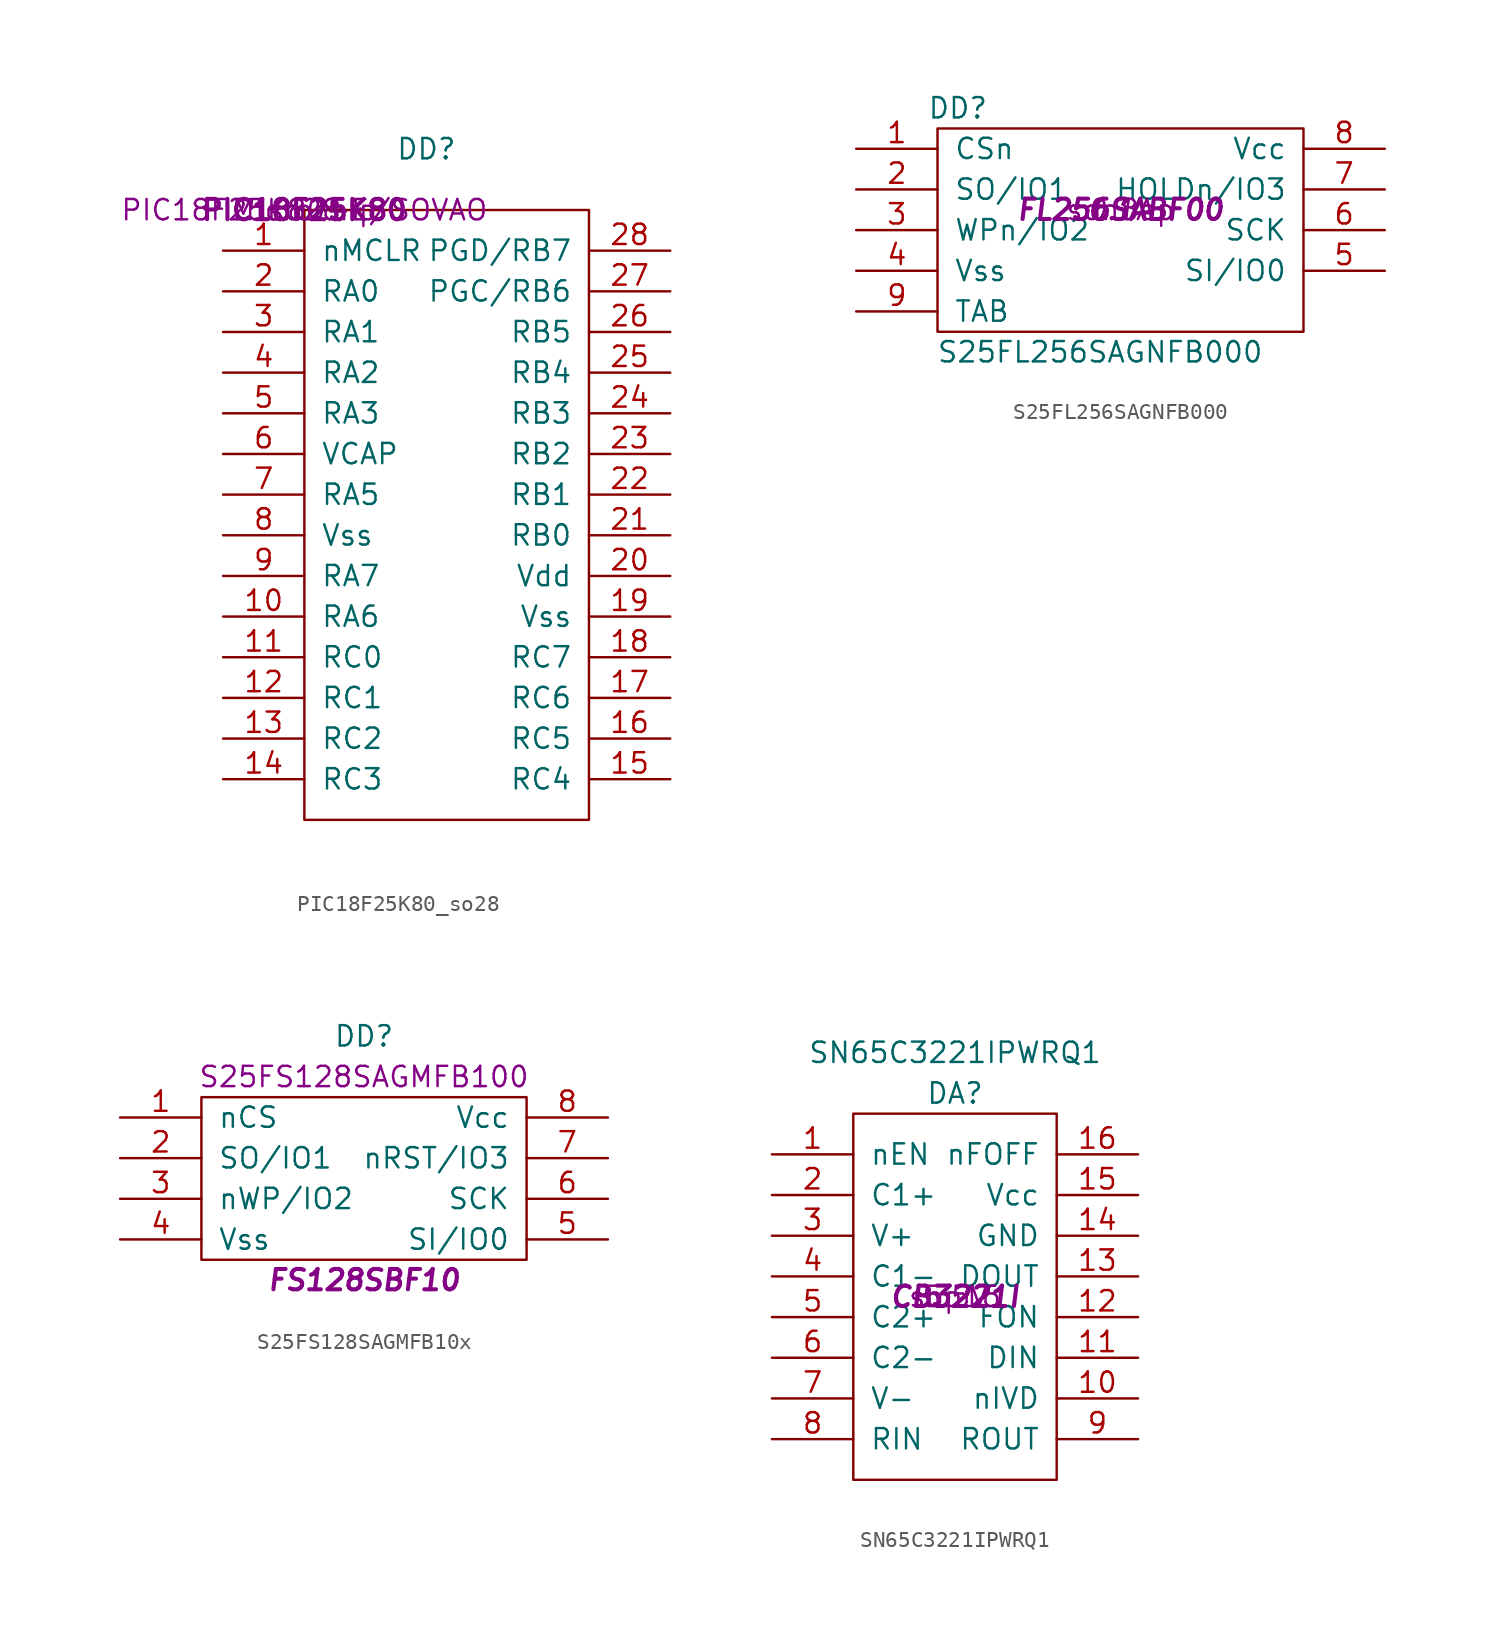
<source format=kicad_sym>
(kicad_symbol_lib
  (version 20211014)
  (generator kicad_symbol_editor)
  (symbol "PIC18F25K80_so28"
    (pin_names
      (offset 1.016))
    (property "Reference" "DD"
      (at 7.62 3.81 0)
      (effects (font (size 1.27 1.27))))
    (property "Manuf" "Microchip"
      (at 0 0 0)
      (effects (font (size 1.27 1.27))))
    (property "p/n" "PIC18F25K80-E/SOVAO"
      (at 0 0 0)
      (effects (font (size 1.27 1.27))))
    (property "Mark" "PIC18F25K80"
      (at 0 0 0)
      (effects (font (size 1.27 1.27) bold)))
    (property "Case" "so28"
      (at 0 0 0)
      (effects (font (size 1.27 1.27))))
    (symbol "PIC18F25K80_so28_0_1"
      (rectangle (start 0 0) (end 17.78 -38.1) (stroke (width 0) (type default) (color 0 0 0 0)) (fill (type none))))
    (symbol "PIC18F25K80_so28_1_1"
      (pin passive line (at -5.08 -2.54 0) (length 5.08) (name "nMCLR" (effects (font (size 1.27 1.27)))) (number "1" (effects (font (size 1.27 1.27)))))
      (pin passive line (at -5.08 -25.4 0) (length 5.08) (name "RA6" (effects (font (size 1.27 1.27)))) (number "10" (effects (font (size 1.27 1.27)))))
      (pin passive line (at -5.08 -27.94 0) (length 5.08) (name "RC0" (effects (font (size 1.27 1.27)))) (number "11" (effects (font (size 1.27 1.27)))))
      (pin passive line (at -5.08 -30.48 0) (length 5.08) (name "RC1" (effects (font (size 1.27 1.27)))) (number "12" (effects (font (size 1.27 1.27)))))
      (pin passive line (at -5.08 -33.02 0) (length 5.08) (name "RC2" (effects (font (size 1.27 1.27)))) (number "13" (effects (font (size 1.27 1.27)))))
      (pin passive line (at -5.08 -35.56 0) (length 5.08) (name "RC3" (effects (font (size 1.27 1.27)))) (number "14" (effects (font (size 1.27 1.27)))))
      (pin passive line (at 22.86 -35.56 180) (length 5.08) (name "RC4" (effects (font (size 1.27 1.27)))) (number "15" (effects (font (size 1.27 1.27)))))
      (pin passive line (at 22.86 -33.02 180) (length 5.08) (name "RC5" (effects (font (size 1.27 1.27)))) (number "16" (effects (font (size 1.27 1.27)))))
      (pin passive line (at 22.86 -30.48 180) (length 5.08) (name "RC6" (effects (font (size 1.27 1.27)))) (number "17" (effects (font (size 1.27 1.27)))))
      (pin passive line (at 22.86 -27.94 180) (length 5.08) (name "RC7" (effects (font (size 1.27 1.27)))) (number "18" (effects (font (size 1.27 1.27)))))
      (pin passive line (at 22.86 -25.4 180) (length 5.08) (name "Vss" (effects (font (size 1.27 1.27)))) (number "19" (effects (font (size 1.27 1.27)))))
      (pin passive line (at -5.08 -5.08 0) (length 5.08) (name "RA0" (effects (font (size 1.27 1.27)))) (number "2" (effects (font (size 1.27 1.27)))))
      (pin passive line (at 22.86 -22.86 180) (length 5.08) (name "Vdd" (effects (font (size 1.27 1.27)))) (number "20" (effects (font (size 1.27 1.27)))))
      (pin passive line (at 22.86 -20.32 180) (length 5.08) (name "RB0" (effects (font (size 1.27 1.27)))) (number "21" (effects (font (size 1.27 1.27)))))
      (pin passive line (at 22.86 -17.78 180) (length 5.08) (name "RB1" (effects (font (size 1.27 1.27)))) (number "22" (effects (font (size 1.27 1.27)))))
      (pin passive line (at 22.86 -15.24 180) (length 5.08) (name "RB2" (effects (font (size 1.27 1.27)))) (number "23" (effects (font (size 1.27 1.27)))))
      (pin passive line (at 22.86 -12.7 180) (length 5.08) (name "RB3" (effects (font (size 1.27 1.27)))) (number "24" (effects (font (size 1.27 1.27)))))
      (pin passive line (at 22.86 -10.16 180) (length 5.08) (name "RB4" (effects (font (size 1.27 1.27)))) (number "25" (effects (font (size 1.27 1.27)))))
      (pin passive line (at 22.86 -7.62 180) (length 5.08) (name "RB5" (effects (font (size 1.27 1.27)))) (number "26" (effects (font (size 1.27 1.27)))))
      (pin passive line (at 22.86 -5.08 180) (length 5.08) (name "PGC/RB6" (effects (font (size 1.27 1.27)))) (number "27" (effects (font (size 1.27 1.27)))))
      (pin passive line (at 22.86 -2.54 180) (length 5.08) (name "PGD/RB7" (effects (font (size 1.27 1.27)))) (number "28" (effects (font (size 1.27 1.27)))))
      (pin passive line (at -5.08 -7.62 0) (length 5.08) (name "RA1" (effects (font (size 1.27 1.27)))) (number "3" (effects (font (size 1.27 1.27)))))
      (pin passive line (at -5.08 -10.16 0) (length 5.08) (name "RA2" (effects (font (size 1.27 1.27)))) (number "4" (effects (font (size 1.27 1.27)))))
      (pin passive line (at -5.08 -12.7 0) (length 5.08) (name "RA3" (effects (font (size 1.27 1.27)))) (number "5" (effects (font (size 1.27 1.27)))))
      (pin passive line (at -5.08 -15.24 0) (length 5.08) (name "VCAP" (effects (font (size 1.27 1.27)))) (number "6" (effects (font (size 1.27 1.27)))))
      (pin passive line (at -5.08 -17.78 0) (length 5.08) (name "RA5" (effects (font (size 1.27 1.27)))) (number "7" (effects (font (size 1.27 1.27)))))
      (pin passive line (at -5.08 -20.32 0) (length 5.08) (name "Vss" (effects (font (size 1.27 1.27)))) (number "8" (effects (font (size 1.27 1.27)))))
      (pin passive line (at -5.08 -22.86 0) (length 5.08) (name "RA7" (effects (font (size 1.27 1.27)))) (number "9" (effects (font (size 1.27 1.27)))))))
  (symbol "S25FL256SAGNFB000"
    (pin_names
      (offset 1.016))
    (property "Reference" "DD"
      (at -10.16 6.35 0)
      (effects (font (size 1.27 1.27))))
    (property "Value" "S25FL256SAGNFB000"
      (at -1.27 -8.89 0)
      (effects (font (size 1.27 1.27))))
    (property "Mark" "FL256SABF00"
      (at 0 0 0)
      (effects (font (size 1.27 1.27) bold italic)))
    (property "Case" "son8ep"
      (at 0 0 0)
      (effects (font (size 1.27 1.27))))
    (property "Imax" "0.1A"
      (at 0 0 0)
      (effects (font (size 1.27 1.27) italic)))
    (symbol "S25FL256SAGNFB000_0_1"
      (rectangle (start -11.43 5.08) (end 11.43 -7.62) (stroke (width 0) (type default) (color 0 0 0 0)) (fill (type none))))
    (symbol "S25FL256SAGNFB000_1_1"
      (pin passive line (at -16.51 3.81 0) (length 5.08) (name "CSn" (effects (font (size 1.27 1.27)))) (number "1" (effects (font (size 1.27 1.27)))))
      (pin passive line (at -16.51 1.27 0) (length 5.08) (name "SO/IO1" (effects (font (size 1.27 1.27)))) (number "2" (effects (font (size 1.27 1.27)))))
      (pin passive line (at -16.51 -1.27 0) (length 5.08) (name "WPn/IO2" (effects (font (size 1.27 1.27)))) (number "3" (effects (font (size 1.27 1.27)))))
      (pin passive line (at -16.51 -3.81 0) (length 5.08) (name "Vss" (effects (font (size 1.27 1.27)))) (number "4" (effects (font (size 1.27 1.27)))))
      (pin passive line (at 16.51 -3.81 180) (length 5.08) (name "SI/IO0" (effects (font (size 1.27 1.27)))) (number "5" (effects (font (size 1.27 1.27)))))
      (pin passive line (at 16.51 -1.27 180) (length 5.08) (name "SCK" (effects (font (size 1.27 1.27)))) (number "6" (effects (font (size 1.27 1.27)))))
      (pin passive line (at 16.51 1.27 180) (length 5.08) (name "HOLDn/IO3" (effects (font (size 1.27 1.27)))) (number "7" (effects (font (size 1.27 1.27)))))
      (pin passive line (at 16.51 3.81 180) (length 5.08) (name "Vcc" (effects (font (size 1.27 1.27)))) (number "8" (effects (font (size 1.27 1.27)))))
      (pin power_in line (at -16.51 -6.35 0) (length 5.08) (name "TAB" (effects (font (size 1.27 1.27)))) (number "9" (effects (font (size 1.27 1.27)))))))
  (symbol "S25FS128SAGMFB10x"
    (pin_names
      (offset 1.016))
    (property "Reference" "DD"
      (at 0 8.89 0)
      (effects (font (size 1.27 1.27))))
    (property "p/n" "S25FS128SAGMFB100"
      (at 0 6.35 0)
      (effects (font (size 1.27 1.27))))
    (property "Mark" "FS128SBF10"
      (at 0 -6.35 0)
      (effects (font (size 1.27 1.27) bold italic)))
    (symbol "S25FS128SAGMFB10x_0_1"
      (rectangle (start -10.16 5.08) (end 10.16 -5.08) (stroke (width 0) (type default) (color 0 0 0 0)) (fill (type none))))
    (symbol "S25FS128SAGMFB10x_1_1"
      (pin passive line (at -15.24 3.81 0) (length 5.08) (name "nCS" (effects (font (size 1.27 1.27)))) (number "1" (effects (font (size 1.27 1.27)))))
      (pin passive line (at -15.24 1.27 0) (length 5.08) (name "SO/IO1" (effects (font (size 1.27 1.27)))) (number "2" (effects (font (size 1.27 1.27)))))
      (pin passive line (at -15.24 -1.27 0) (length 5.08) (name "nWP/IO2" (effects (font (size 1.27 1.27)))) (number "3" (effects (font (size 1.27 1.27)))))
      (pin passive line (at -15.24 -3.81 0) (length 5.08) (name "Vss" (effects (font (size 1.27 1.27)))) (number "4" (effects (font (size 1.27 1.27)))))
      (pin passive line (at 15.24 -3.81 180) (length 5.08) (name "SI/IO0" (effects (font (size 1.27 1.27)))) (number "5" (effects (font (size 1.27 1.27)))))
      (pin passive line (at 15.24 -1.27 180) (length 5.08) (name "SCK" (effects (font (size 1.27 1.27)))) (number "6" (effects (font (size 1.27 1.27)))))
      (pin passive line (at 15.24 1.27 180) (length 5.08) (name "nRST/IO3" (effects (font (size 1.27 1.27)))) (number "7" (effects (font (size 1.27 1.27)))))
      (pin passive line (at 15.24 3.81 180) (length 5.08) (name "Vcc" (effects (font (size 1.27 1.27)))) (number "8" (effects (font (size 1.27 1.27)))))))
  (symbol "SN65C3221IPWRQ1"
    (pin_names
      (offset 1.016))
    (property "Reference" "DA"
      (at 0 12.7 0)
      (effects (font (size 1.27 1.27))))
    (property "Value" "SN65C3221IPWRQ1"
      (at 0 15.24 0)
      (effects (font (size 1.27 1.27))))
    (property "Mark" "CB3221I"
      (at 0 0 0)
      (effects (font (size 1.27 1.27) bold italic)))
    (property "Case" "sop16"
      (at 0 0 0)
      (effects (font (size 1.27 1.27))))
    (property "Vmax" "5.5V"
      (at 0 0 0)
      (effects (font (size 1.27 1.27))))
    (symbol "SN65C3221IPWRQ1_0_1"
      (rectangle (start -6.35 11.43) (end 6.35 -11.43) (stroke (width 0) (type default) (color 0 0 0 0)) (fill (type none))))
    (symbol "SN65C3221IPWRQ1_1_1"
      (pin passive line (at -11.43 8.89 0) (length 5.08) (name "nEN" (effects (font (size 1.27 1.27)))) (number "1" (effects (font (size 1.27 1.27)))))
      (pin passive line (at 11.43 -6.35 180) (length 5.08) (name "nIVD" (effects (font (size 1.27 1.27)))) (number "10" (effects (font (size 1.27 1.27)))))
      (pin passive line (at 11.43 -3.81 180) (length 5.08) (name "DIN" (effects (font (size 1.27 1.27)))) (number "11" (effects (font (size 1.27 1.27)))))
      (pin passive line (at 11.43 -1.27 180) (length 5.08) (name "FON" (effects (font (size 1.27 1.27)))) (number "12" (effects (font (size 1.27 1.27)))))
      (pin passive line (at 11.43 1.27 180) (length 5.08) (name "DOUT" (effects (font (size 1.27 1.27)))) (number "13" (effects (font (size 1.27 1.27)))))
      (pin passive line (at 11.43 3.81 180) (length 5.08) (name "GND" (effects (font (size 1.27 1.27)))) (number "14" (effects (font (size 1.27 1.27)))))
      (pin passive line (at 11.43 6.35 180) (length 5.08) (name "Vcc" (effects (font (size 1.27 1.27)))) (number "15" (effects (font (size 1.27 1.27)))))
      (pin passive line (at 11.43 8.89 180) (length 5.08) (name "nFOFF" (effects (font (size 1.27 1.27)))) (number "16" (effects (font (size 1.27 1.27)))))
      (pin passive line (at -11.43 6.35 0) (length 5.08) (name "C1+" (effects (font (size 1.27 1.27)))) (number "2" (effects (font (size 1.27 1.27)))))
      (pin passive line (at -11.43 3.81 0) (length 5.08) (name "V+" (effects (font (size 1.27 1.27)))) (number "3" (effects (font (size 1.27 1.27)))))
      (pin passive line (at -11.43 1.27 0) (length 5.08) (name "C1-" (effects (font (size 1.27 1.27)))) (number "4" (effects (font (size 1.27 1.27)))))
      (pin passive line (at -11.43 -1.27 0) (length 5.08) (name "C2+" (effects (font (size 1.27 1.27)))) (number "5" (effects (font (size 1.27 1.27)))))
      (pin passive line (at -11.43 -3.81 0) (length 5.08) (name "C2-" (effects (font (size 1.27 1.27)))) (number "6" (effects (font (size 1.27 1.27)))))
      (pin passive line (at -11.43 -6.35 0) (length 5.08) (name "V-" (effects (font (size 1.27 1.27)))) (number "7" (effects (font (size 1.27 1.27)))))
      (pin passive line (at -11.43 -8.89 0) (length 5.08) (name "RIN" (effects (font (size 1.27 1.27)))) (number "8" (effects (font (size 1.27 1.27)))))
      (pin passive line (at 11.43 -8.89 180) (length 5.08) (name "ROUT" (effects (font (size 1.27 1.27)))) (number "9" (effects (font (size 1.27 1.27))))))))
</source>
